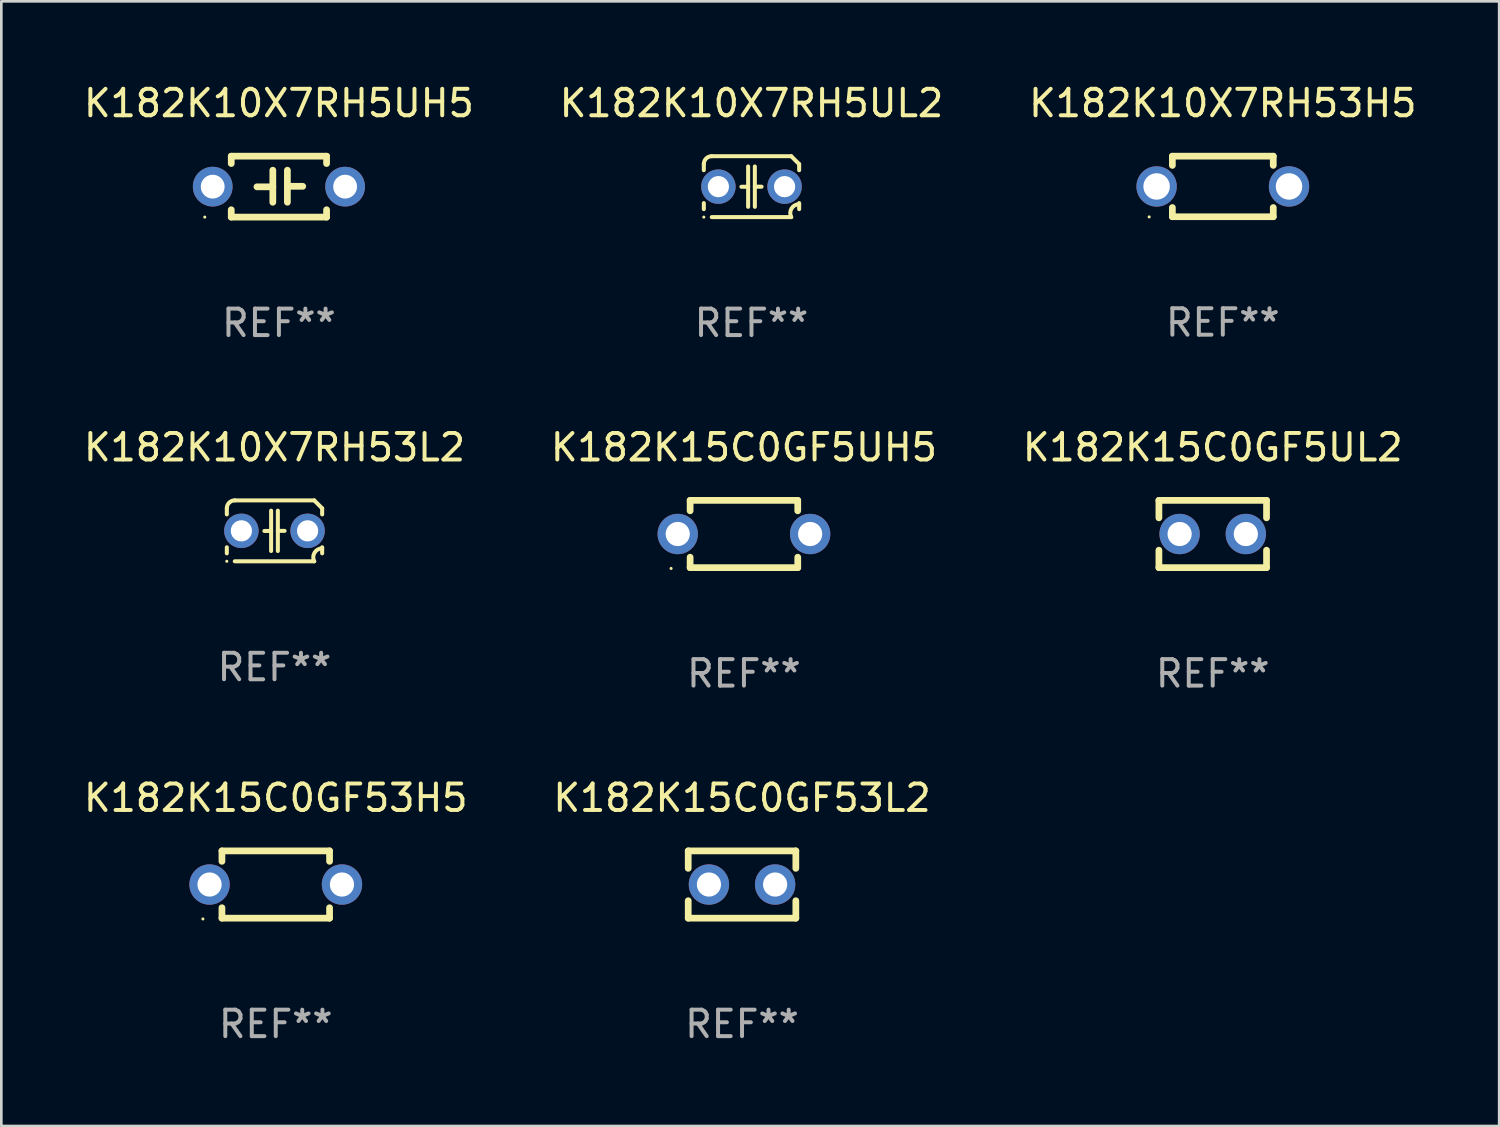
<source format=kicad_pcb>
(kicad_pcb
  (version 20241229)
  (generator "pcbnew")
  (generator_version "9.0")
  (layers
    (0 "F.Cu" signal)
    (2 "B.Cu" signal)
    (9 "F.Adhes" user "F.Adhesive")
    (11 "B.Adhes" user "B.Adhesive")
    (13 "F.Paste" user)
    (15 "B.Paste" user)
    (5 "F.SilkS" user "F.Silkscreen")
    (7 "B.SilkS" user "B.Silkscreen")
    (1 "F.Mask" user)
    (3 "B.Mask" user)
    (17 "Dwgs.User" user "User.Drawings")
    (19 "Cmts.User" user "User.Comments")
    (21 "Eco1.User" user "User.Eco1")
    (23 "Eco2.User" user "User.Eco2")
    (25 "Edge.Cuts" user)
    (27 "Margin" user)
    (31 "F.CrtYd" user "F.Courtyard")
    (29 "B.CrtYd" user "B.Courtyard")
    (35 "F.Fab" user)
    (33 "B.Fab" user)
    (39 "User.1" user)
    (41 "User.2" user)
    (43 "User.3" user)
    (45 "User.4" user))
  (footprint "K182K15C0GF5UL2"
    (layer "F.Cu")
    (at 42.744 17.115)
    (property "Reference" "K182K15C0GF5UL2" (at 0 -3.27 0) (layer "F.SilkS") (effects (font (size 1 1) (thickness 0.15))))
    (attr through_hole)
    (fp_line (start -2.032 -1.27) (end -2.032 -0.611) (stroke (width 0.254) (type solid)) (layer "F.SilkS"))
    (fp_line (start -2.032 0.611) (end -2.032 1.27) (stroke (width 0.254) (type solid)) (layer "F.SilkS"))
    (fp_line (start -2.032 1.27) (end 2.032 1.27) (stroke (width 0.254) (type solid)) (layer "F.SilkS"))
    (fp_line (start 2.032 -1.27) (end -2.032 -1.27) (stroke (width 0.254) (type solid)) (layer "F.SilkS"))
    (fp_line (start 2.032 -0.611) (end 2.032 -1.27) (stroke (width 0.254) (type solid)) (layer "F.SilkS"))
    (fp_line (start 2.032 1.27) (end 2.032 0.611) (stroke (width 0.254) (type solid)) (layer "F.SilkS"))
    (fp_circle (center -2 1.3) (end -1.97 1.3) (stroke (width 0.06) (type solid)) (fill no) (layer "F.SilkS"))
    (fp_text user "REF**" (at 0 5.27 0) (layer "F.Fab") (effects (font (size 1 1) (thickness 0.15))))
    (pad "1" thru_hole circle (at -1.25 0) (size 1.524 1.524) (drill 0.914) (layers "*.Cu" "*.Mask"))
    (pad "2" thru_hole circle (at 1.25 0) (size 1.524 1.524) (drill 0.914) (layers "*.Cu" "*.Mask")))
  (footprint "K182K10X7RH53L2"
    (layer "F.Cu")
    (at 7.315 16.995)
    (property "Reference" "K182K10X7RH53L2" (at 0 -3.15 0) (layer "F.SilkS") (effects (font (size 1 1) (thickness 0.15))))
    (attr through_hole)
    (fp_line (start -1.8 -0.621) (end -1.8 -0.85) (stroke (width 0.152) (type solid)) (layer "F.SilkS"))
    (fp_line (start -1.8 0.85) (end -1.8 0.621) (stroke (width 0.152) (type solid)) (layer "F.SilkS"))
    (fp_line (start -1.5 -1.15) (end 1.5 -1.15) (stroke (width 0.152) (type solid)) (layer "F.SilkS"))
    (fp_line (start -0.127 -0.762) (end -0.127 0.762) (stroke (width 0.152) (type solid)) (layer "F.SilkS"))
    (fp_line (start -0.127 0.005) (end -0.381 0.005) (stroke (width 0.152) (type solid)) (layer "F.SilkS"))
    (fp_line (start 0.127 -0.762) (end 0.127 0.762) (stroke (width 0.152) (type solid)) (layer "F.SilkS"))
    (fp_line (start 0.127 0.002) (end 0.381 0.002) (stroke (width 0.152) (type solid)) (layer "F.SilkS"))
    (fp_line (start 1.5 1.15) (end -1.5 1.15) (stroke (width 0.152) (type solid)) (layer "F.SilkS"))
    (fp_line (start 1.8 -0.85) (end 1.8 -0.621) (stroke (width 0.152) (type solid)) (layer "F.SilkS"))
    (fp_line (start 1.8 0.621) (end 1.8 0.85) (stroke (width 0.152) (type solid)) (layer "F.SilkS"))
    (fp_arc (start -1.799975 -0.849987) (mid -1.712107 -1.062119) (end -1.499975 -1.149987) (stroke (width 0.151994) (type solid)) (layer "F.SilkS"))
    (fp_arc (start 1.499975 1.149987) (mid 1.513726 0.822359) (end 1.799975 0.662387) (stroke (width 0.151994) (type solid)) (layer "F.SilkS"))
    (fp_arc (start 1.500001 -1.149986) (mid 1.650015 -1.000001) (end 1.8 -0.849987) (stroke (width 0.151994) (type solid)) (layer "F.SilkS"))
    (fp_circle (center -1.8 1.15) (end -1.77 1.15) (stroke (width 0.06) (type solid)) (fill no) (layer "F.SilkS"))
    (fp_text user "REF**" (at 0 5.15 0) (layer "F.Fab") (effects (font (size 1 1) (thickness 0.15))))
    (pad "1" thru_hole circle (at -1.25 0) (size 1.3 1.3) (drill 0.8) (layers "*.Cu" "*.Mask"))
    (pad "2" thru_hole circle (at 1.25 0) (size 1.3 1.3) (drill 0.8) (layers "*.Cu" "*.Mask")))
  (footprint "K182K15C0GF53H5"
    (layer "F.Cu")
    (at 7.363 30.351)
    (property "Reference" "K182K15C0GF53H5" (at 0 -3.27 0) (layer "F.SilkS") (effects (font (size 1 1) (thickness 0.15))))
    (attr through_hole)
    (fp_line (start -2.032 -1.27) (end -2.032 -0.876) (stroke (width 0.254) (type solid)) (layer "F.SilkS"))
    (fp_line (start -2.032 0.876) (end -2.032 1.27) (stroke (width 0.254) (type solid)) (layer "F.SilkS"))
    (fp_line (start -2.032 1.27) (end 2.032 1.27) (stroke (width 0.254) (type solid)) (layer "F.SilkS"))
    (fp_line (start 2.032 -1.27) (end -2.032 -1.27) (stroke (width 0.254) (type solid)) (layer "F.SilkS"))
    (fp_line (start 2.032 -0.876) (end 2.032 -1.27) (stroke (width 0.254) (type solid)) (layer "F.SilkS"))
    (fp_line (start 2.032 1.27) (end 2.032 0.876) (stroke (width 0.254) (type solid)) (layer "F.SilkS"))
    (fp_circle (center -2.751 1.3) (end -2.721 1.3) (stroke (width 0.06) (type solid)) (fill no) (layer "F.SilkS"))
    (fp_text user "REF**" (at 0 5.27 0) (layer "F.Fab") (effects (font (size 1 1) (thickness 0.15))))
    (pad "1" thru_hole circle (at -2.5 0) (size 1.524 1.524) (drill 0.914) (layers "*.Cu" "*.Mask"))
    (pad "2" thru_hole circle (at 2.5 0) (size 1.524 1.524) (drill 0.914) (layers "*.Cu" "*.Mask")))
  (footprint "K182K10X7RH5UL2"
    (layer "F.Cu")
    (at 25.327 3.998)
    (property "Reference" "K182K10X7RH5UL2" (at 0 -3.15 0) (layer "F.SilkS") (effects (font (size 1 1) (thickness 0.15))))
    (attr through_hole)
    (fp_line (start -1.8 -0.621) (end -1.8 -0.85) (stroke (width 0.152) (type solid)) (layer "F.SilkS"))
    (fp_line (start -1.8 0.85) (end -1.8 0.621) (stroke (width 0.152) (type solid)) (layer "F.SilkS"))
    (fp_line (start -1.5 -1.15) (end 1.5 -1.15) (stroke (width 0.152) (type solid)) (layer "F.SilkS"))
    (fp_line (start -0.127 -0.762) (end -0.127 0.762) (stroke (width 0.152) (type solid)) (layer "F.SilkS"))
    (fp_line (start -0.127 0.005) (end -0.381 0.005) (stroke (width 0.152) (type solid)) (layer "F.SilkS"))
    (fp_line (start 0.127 -0.762) (end 0.127 0.762) (stroke (width 0.152) (type solid)) (layer "F.SilkS"))
    (fp_line (start 0.127 0.002) (end 0.381 0.002) (stroke (width 0.152) (type solid)) (layer "F.SilkS"))
    (fp_line (start 1.5 1.15) (end -1.5 1.15) (stroke (width 0.152) (type solid)) (layer "F.SilkS"))
    (fp_line (start 1.8 -0.85) (end 1.8 -0.621) (stroke (width 0.152) (type solid)) (layer "F.SilkS"))
    (fp_line (start 1.8 0.621) (end 1.8 0.85) (stroke (width 0.152) (type solid)) (layer "F.SilkS"))
    (fp_arc (start -1.799975 -0.849987) (mid -1.712107 -1.062119) (end -1.499975 -1.149987) (stroke (width 0.151994) (type solid)) (layer "F.SilkS"))
    (fp_arc (start 1.499975 1.149987) (mid 1.513726 0.822359) (end 1.799975 0.662387) (stroke (width 0.151994) (type solid)) (layer "F.SilkS"))
    (fp_arc (start 1.500001 -1.149986) (mid 1.650015 -1.000001) (end 1.8 -0.849987) (stroke (width 0.151994) (type solid)) (layer "F.SilkS"))
    (fp_circle (center -1.8 1.15) (end -1.77 1.15) (stroke (width 0.06) (type solid)) (fill no) (layer "F.SilkS"))
    (fp_text user "REF**" (at 0 5.15 0) (layer "F.Fab") (effects (font (size 1 1) (thickness 0.15))))
    (pad "1" thru_hole circle (at -1.25 0) (size 1.3 1.3) (drill 0.8) (layers "*.Cu" "*.Mask"))
    (pad "2" thru_hole circle (at 1.25 0) (size 1.3 1.3) (drill 0.8) (layers "*.Cu" "*.Mask")))
  (footprint "K182K15C0GF5UH5"
    (layer "F.Cu")
    (at 25.042 17.115)
    (property "Reference" "K182K15C0GF5UH5" (at 0 -3.27 0) (layer "F.SilkS") (effects (font (size 1 1) (thickness 0.15))))
    (attr through_hole)
    (fp_line (start -2.032 -1.27) (end -2.032 -0.876) (stroke (width 0.254) (type solid)) (layer "F.SilkS"))
    (fp_line (start -2.032 0.876) (end -2.032 1.27) (stroke (width 0.254) (type solid)) (layer "F.SilkS"))
    (fp_line (start -2.032 1.27) (end 2.032 1.27) (stroke (width 0.254) (type solid)) (layer "F.SilkS"))
    (fp_line (start 2.032 -1.27) (end -2.032 -1.27) (stroke (width 0.254) (type solid)) (layer "F.SilkS"))
    (fp_line (start 2.032 -0.876) (end 2.032 -1.27) (stroke (width 0.254) (type solid)) (layer "F.SilkS"))
    (fp_line (start 2.032 1.27) (end 2.032 0.876) (stroke (width 0.254) (type solid)) (layer "F.SilkS"))
    (fp_circle (center -2.751 1.3) (end -2.721 1.3) (stroke (width 0.06) (type solid)) (fill no) (layer "F.SilkS"))
    (fp_text user "REF**" (at 0 5.27 0) (layer "F.Fab") (effects (font (size 1 1) (thickness 0.15))))
    (pad "1" thru_hole circle (at -2.5 0) (size 1.524 1.524) (drill 0.914) (layers "*.Cu" "*.Mask"))
    (pad "2" thru_hole circle (at 2.5 0) (size 1.524 1.524) (drill 0.914) (layers "*.Cu" "*.Mask")))
  (footprint "K182K10X7RH5UH5"
    (layer "F.Cu")
    (at 7.482 3.998)
    (property "Reference" "K182K10X7RH5UH5" (at 0 -3.15 0) (layer "F.SilkS") (effects (font (size 1 1) (thickness 0.15))))
    (attr through_hole)
    (fp_line (start -1.8 -1.15) (end -1.8 -0.872) (stroke (width 0.254) (type solid)) (layer "F.SilkS"))
    (fp_line (start -1.8 -1.15) (end 1.8 -1.15) (stroke (width 0.254) (type solid)) (layer "F.SilkS"))
    (fp_line (start -1.8 0.872) (end -1.8 1.15) (stroke (width 0.254) (type solid)) (layer "F.SilkS"))
    (fp_line (start -1.8 1.15) (end 1.8 1.15) (stroke (width 0.254) (type solid)) (layer "F.SilkS"))
    (fp_line (start -0.23 -0.62) (end -0.23 0.59) (stroke (width 0.254) (type solid)) (layer "F.SilkS"))
    (fp_line (start -0.23 0.007) (end -0.83 0.007) (stroke (width 0.254) (type solid)) (layer "F.SilkS"))
    (fp_line (start 0.32 -0.62) (end 0.32 0.59) (stroke (width 0.254) (type solid)) (layer "F.SilkS"))
    (fp_line (start 0.32 -0.012) (end 0.9 -0.012) (stroke (width 0.254) (type solid)) (layer "F.SilkS"))
    (fp_line (start 1.8 -1.15) (end 1.8 -0.872) (stroke (width 0.254) (type solid)) (layer "F.SilkS"))
    (fp_line (start 1.8 0.872) (end 1.8 1.15) (stroke (width 0.254) (type solid)) (layer "F.SilkS"))
    (fp_circle (center -2.8 1.15) (end -2.77 1.15) (stroke (width 0.06) (type solid)) (fill no) (layer "F.SilkS"))
    (fp_text user "REF**" (at 0 5.15 0) (layer "F.Fab") (effects (font (size 1 1) (thickness 0.15))))
    (pad "1" thru_hole circle (at -2.5 0) (size 1.5 1.5) (drill 0.9) (layers "*.Cu" "*.Mask"))
    (pad "2" thru_hole circle (at 2.5 0) (size 1.5 1.5) (drill 0.9) (layers "*.Cu" "*.Mask")))
  (footprint "K182K15C0GF53L2"
    (layer "F.Cu")
    (at 24.97 30.351)
    (property "Reference" "K182K15C0GF53L2" (at 0 -3.27 0) (layer "F.SilkS") (effects (font (size 1 1) (thickness 0.15))))
    (attr through_hole)
    (fp_line (start -2.032 -1.27) (end -2.032 -0.611) (stroke (width 0.254) (type solid)) (layer "F.SilkS"))
    (fp_line (start -2.032 0.611) (end -2.032 1.27) (stroke (width 0.254) (type solid)) (layer "F.SilkS"))
    (fp_line (start -2.032 1.27) (end 2.032 1.27) (stroke (width 0.254) (type solid)) (layer "F.SilkS"))
    (fp_line (start 2.032 -1.27) (end -2.032 -1.27) (stroke (width 0.254) (type solid)) (layer "F.SilkS"))
    (fp_line (start 2.032 -0.611) (end 2.032 -1.27) (stroke (width 0.254) (type solid)) (layer "F.SilkS"))
    (fp_line (start 2.032 1.27) (end 2.032 0.611) (stroke (width 0.254) (type solid)) (layer "F.SilkS"))
    (fp_circle (center -2 1.3) (end -1.97 1.3) (stroke (width 0.06) (type solid)) (fill no) (layer "F.SilkS"))
    (fp_text user "REF**" (at 0 5.27 0) (layer "F.Fab") (effects (font (size 1 1) (thickness 0.15))))
    (pad "1" thru_hole circle (at -1.25 0) (size 1.524 1.524) (drill 0.914) (layers "*.Cu" "*.Mask"))
    (pad "2" thru_hole circle (at 1.25 0) (size 1.524 1.524) (drill 0.914) (layers "*.Cu" "*.Mask")))
  (footprint "K182K10X7RH53H5"
    (layer "F.Cu")
    (at 43.125 3.991)
    (property "Reference" "K182K10X7RH53H5" (at 0 -3.143 0) (layer "F.SilkS") (effects (font (size 1 1) (thickness 0.15))))
    (attr through_hole)
    (fp_line (start -1.905 -1.143) (end 1.905 -1.143) (stroke (width 0.254) (type solid)) (layer "F.SilkS"))
    (fp_line (start -1.905 -0.795) (end -1.905 -1.143) (stroke (width 0.254) (type solid)) (layer "F.SilkS"))
    (fp_line (start -1.905 1.143) (end -1.905 0.795) (stroke (width 0.254) (type solid)) (layer "F.SilkS"))
    (fp_line (start 1.905 -1.143) (end 1.905 -0.795) (stroke (width 0.254) (type solid)) (layer "F.SilkS"))
    (fp_line (start 1.905 0.795) (end 1.905 1.143) (stroke (width 0.254) (type solid)) (layer "F.SilkS"))
    (fp_line (start 1.905 1.143) (end -1.905 1.143) (stroke (width 0.254) (type solid)) (layer "F.SilkS"))
    (fp_circle (center -2.781 1.15) (end -2.751 1.15) (stroke (width 0.06) (type solid)) (fill no) (layer "F.SilkS"))
    (fp_text user "REF**" (at 0 5.143 0) (layer "F.Fab") (effects (font (size 1 1) (thickness 0.15))))
    (pad "1" thru_hole circle (at -2.5 0) (size 1.524 1.524) (drill 1) (layers "*.Cu" "*.Mask"))
    (pad "2" thru_hole circle (at 2.5 0) (size 1.524 1.524) (drill 1) (layers "*.Cu" "*.Mask")))
  (gr_rect
    (start -3 -3)
    (end 53.56 39.47)
    (stroke (width 0.1) (type default))
    (fill no)
    (layer "Edge.Cuts")))
</source>
